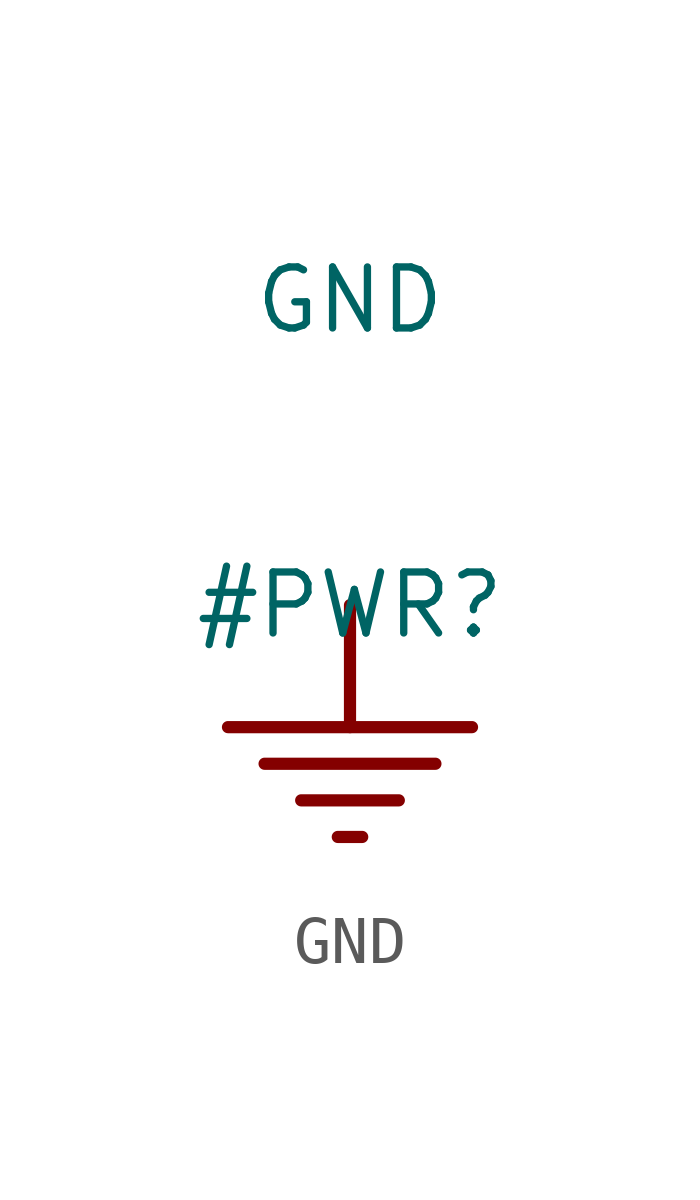
<source format=kicad_sym>
(kicad_symbol_lib
  (version 20220914)
  (generator kicad_symbol_editor)
  (symbol "GND"
    (power)
    (property "Reference" "#PWR"
      (at 0 0 0)
      (effects (font (size 1.27 1.27))))
    (property "Value" "GND"
      (at 0 6.35 0)
      (effects (font (size 1.27 1.27))))
    (symbol "GND_0_0"
      (polyline (pts (xy -2.54 -2.54) (xy 2.54 -2.54)) (stroke (width 0.254) (type solid)) (fill (type none)))
      (polyline (pts (xy -1.778 -3.302) (xy 1.778 -3.302)) (stroke (width 0.254) (type solid)) (fill (type none)))
      (polyline (pts (xy -1.016 -4.064) (xy 1.016 -4.064)) (stroke (width 0.254) (type solid)) (fill (type none)))
      (polyline (pts (xy -0.254 -4.826) (xy 0.254 -4.826)) (stroke (width 0.254) (type solid)) (fill (type none)))
      (polyline (pts (xy 0 0) (xy 0 -2.54)) (stroke (width 0.254) (type solid)) (fill (type none)))
      (pin power_in line (at 0 0 0) (length 0) hide (name "GND" (effects (font (size 1.27 1.27)))) (number "" (effects (font (size 1.27 1.27))))))))
</source>
